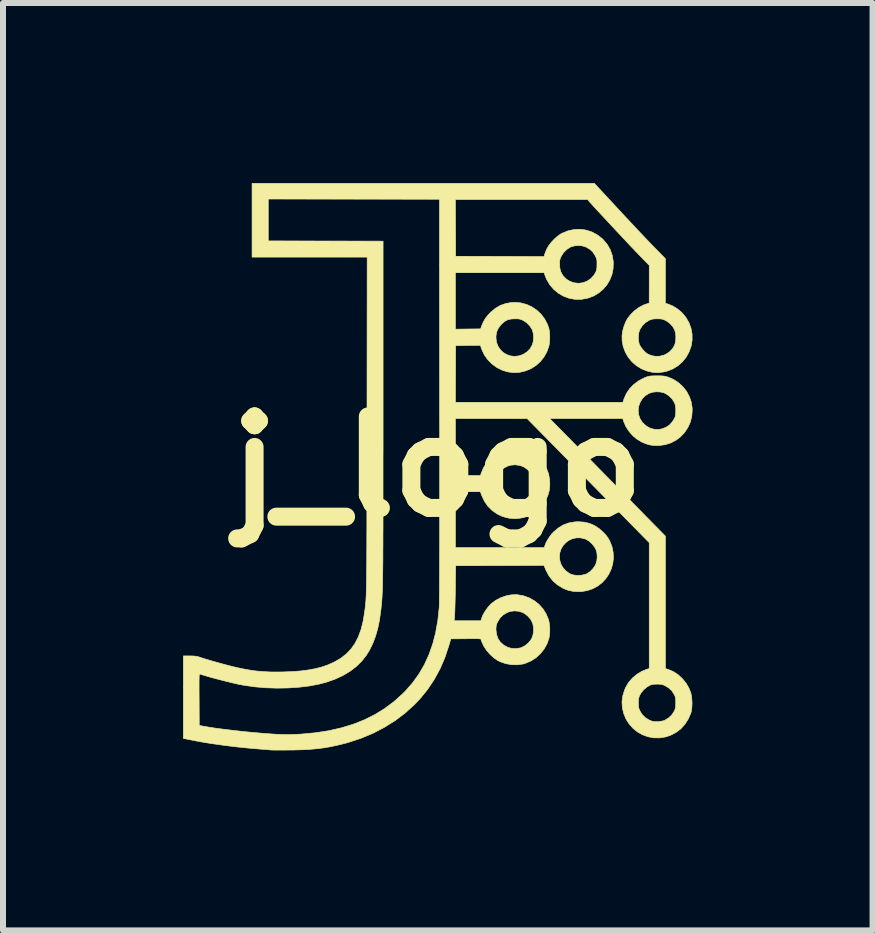
<source format=kicad_pcb>
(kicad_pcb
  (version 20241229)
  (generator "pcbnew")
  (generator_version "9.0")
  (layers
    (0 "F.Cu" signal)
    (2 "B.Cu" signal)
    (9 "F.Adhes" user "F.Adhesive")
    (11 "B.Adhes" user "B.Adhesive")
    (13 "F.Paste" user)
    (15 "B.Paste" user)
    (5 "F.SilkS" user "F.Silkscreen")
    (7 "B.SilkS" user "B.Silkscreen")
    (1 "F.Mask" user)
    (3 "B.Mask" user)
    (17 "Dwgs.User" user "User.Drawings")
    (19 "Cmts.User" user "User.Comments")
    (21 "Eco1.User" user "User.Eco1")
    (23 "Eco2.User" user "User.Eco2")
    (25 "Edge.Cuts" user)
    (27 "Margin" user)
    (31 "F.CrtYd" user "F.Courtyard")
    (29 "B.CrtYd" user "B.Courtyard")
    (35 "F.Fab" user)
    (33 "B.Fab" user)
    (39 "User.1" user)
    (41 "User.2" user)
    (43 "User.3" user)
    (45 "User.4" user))
  (footprint "j_logo"
    (layer "F.Cu")
    (at 4.24 4.724)
    (property "Reference" "j_logo" (at 0 0 0) (layer "F.SilkS") (effects (font (size 1.524 1.524) (thickness 0.3))))
    (attr through_hole)
    (fp_poly (pts (xy 2.663 -4.665) (xy 2.679 -4.648) (xy 2.706 -4.619) (xy 2.743 -4.579) (xy 2.789 -4.53) (xy 2.841 -4.473) (xy 2.9 -4.41) (xy 2.963 -4.342) (xy 3.029 -4.27) (xy 3.062 -4.235) (xy 3.135 -4.156) (xy 3.211 -4.075) (xy 3.287 -3.994) (xy 3.362 -3.914) (xy 3.433 -3.84) (xy 3.497 -3.772) (xy 3.554 -3.712) (xy 3.6 -3.665) (xy 3.604 -3.661) (xy 3.797 -3.463) (xy 3.797 -2.721) (xy 3.837 -2.709) (xy 3.913 -2.679) (xy 3.989 -2.634) (xy 4.059 -2.577) (xy 4.074 -2.563) (xy 4.139 -2.485) (xy 4.189 -2.398) (xy 4.224 -2.304) (xy 4.242 -2.205) (xy 4.242 -2.105) (xy 4.226 -2.008) (xy 4.192 -1.911) (xy 4.143 -1.822) (xy 4.08 -1.745) (xy 4.005 -1.679) (xy 3.92 -1.627) (xy 3.826 -1.59) (xy 3.772 -1.577) (xy 3.676 -1.565) (xy 3.584 -1.57) (xy 3.494 -1.591) (xy 3.401 -1.628) (xy 3.397 -1.63) (xy 3.313 -1.682) (xy 3.239 -1.747) (xy 3.177 -1.823) (xy 3.128 -1.909) (xy 3.094 -2.001) (xy 3.076 -2.097) (xy 3.075 -2.166) (xy 3.346 -2.166) (xy 3.348 -2.103) (xy 3.36 -2.046) (xy 3.367 -2.027) (xy 3.394 -1.982) (xy 3.431 -1.936) (xy 3.472 -1.897) (xy 3.498 -1.878) (xy 3.561 -1.85) (xy 3.631 -1.837) (xy 3.704 -1.839) (xy 3.775 -1.858) (xy 3.802 -1.87) (xy 3.865 -1.91) (xy 3.915 -1.963) (xy 3.948 -2.018) (xy 3.962 -2.061) (xy 3.97 -2.115) (xy 3.971 -2.173) (xy 3.965 -2.229) (xy 3.952 -2.275) (xy 3.95 -2.282) (xy 3.914 -2.34) (xy 3.864 -2.392) (xy 3.806 -2.432) (xy 3.8 -2.434) (xy 3.771 -2.448) (xy 3.746 -2.456) (xy 3.717 -2.46) (xy 3.679 -2.462) (xy 3.662 -2.462) (xy 3.618 -2.461) (xy 3.585 -2.457) (xy 3.557 -2.45) (xy 3.528 -2.438) (xy 3.526 -2.437) (xy 3.465 -2.399) (xy 3.412 -2.347) (xy 3.373 -2.285) (xy 3.37 -2.28) (xy 3.353 -2.227) (xy 3.346 -2.166) (xy 3.075 -2.166) (xy 3.075 -2.185) (xy 3.086 -2.262) (xy 3.108 -2.341) (xy 3.138 -2.416) (xy 3.167 -2.468) (xy 3.221 -2.536) (xy 3.284 -2.598) (xy 3.354 -2.65) (xy 3.427 -2.689) (xy 3.474 -2.707) (xy 3.527 -2.722) (xy 3.528 -3.038) (xy 3.528 -3.353) (xy 3.381 -3.503) (xy 3.351 -3.535) (xy 3.311 -3.576) (xy 3.264 -3.626) (xy 3.21 -3.682) (xy 3.151 -3.745) (xy 3.088 -3.812) (xy 3.023 -3.882) (xy 2.956 -3.953) (xy 2.89 -4.024) (xy 2.825 -4.094) (xy 2.763 -4.161) (xy 2.705 -4.223) (xy 2.652 -4.28) (xy 2.606 -4.33) (xy 2.569 -4.371) (xy 2.541 -4.402) (xy 2.523 -4.422) (xy 2.519 -4.427) (xy 2.502 -4.449) (xy 0.298 -4.449) (xy 0.3 -3.977) (xy 0.302 -3.504) (xy 1.039 -3.502) (xy 1.775 -3.499) (xy 1.787 -3.539) (xy 1.797 -3.568) (xy 1.812 -3.606) (xy 1.828 -3.639) (xy 1.857 -3.687) (xy 1.898 -3.739) (xy 1.947 -3.791) (xy 1.999 -3.837) (xy 2.05 -3.874) (xy 2.076 -3.888) (xy 2.174 -3.928) (xy 2.274 -3.949) (xy 2.374 -3.954) (xy 2.473 -3.941) (xy 2.567 -3.911) (xy 2.656 -3.865) (xy 2.738 -3.803) (xy 2.759 -3.783) (xy 2.827 -3.703) (xy 2.877 -3.616) (xy 2.911 -3.521) (xy 2.928 -3.418) (xy 2.929 -3.401) (xy 2.926 -3.298) (xy 2.907 -3.201) (xy 2.871 -3.11) (xy 2.822 -3.027) (xy 2.759 -2.954) (xy 2.685 -2.892) (xy 2.601 -2.842) (xy 2.508 -2.807) (xy 2.408 -2.788) (xy 2.387 -2.786) (xy 2.285 -2.787) (xy 2.188 -2.806) (xy 2.095 -2.841) (xy 2.01 -2.891) (xy 1.935 -2.954) (xy 1.871 -3.029) (xy 1.82 -3.115) (xy 1.8 -3.162) (xy 1.775 -3.23) (xy 0.298 -3.23) (xy 0.298 -2.289) (xy 0.508 -2.292) (xy 0.718 -2.294) (xy 0.735 -2.343) (xy 0.763 -2.409) (xy 0.798 -2.469) (xy 0.843 -2.526) (xy 0.88 -2.564) (xy 0.959 -2.633) (xy 1.045 -2.684) (xy 1.138 -2.717) (xy 1.237 -2.734) (xy 1.289 -2.736) (xy 1.389 -2.727) (xy 1.485 -2.701) (xy 1.574 -2.66) (xy 1.656 -2.604) (xy 1.727 -2.537) (xy 1.786 -2.458) (xy 1.832 -2.37) (xy 1.857 -2.295) (xy 1.866 -2.242) (xy 1.87 -2.178) (xy 1.869 -2.112) (xy 1.864 -2.05) (xy 1.856 -2.007) (xy 1.822 -1.911) (xy 1.773 -1.824) (xy 1.711 -1.747) (xy 1.639 -1.683) (xy 1.557 -1.631) (xy 1.467 -1.594) (xy 1.372 -1.571) (xy 1.273 -1.565) (xy 1.172 -1.577) (xy 1.168 -1.578) (xy 1.074 -1.607) (xy 0.986 -1.652) (xy 0.906 -1.711) (xy 0.836 -1.782) (xy 0.779 -1.863) (xy 0.737 -1.953) (xy 0.731 -1.971) (xy 0.715 -2.02) (xy 0.509 -2.018) (xy 0.302 -2.015) (xy 0.3 -1.543) (xy 0.298 -1.07) (xy 3.089 -1.07) (xy 3.108 -1.13) (xy 3.147 -1.217) (xy 3.202 -1.298) (xy 3.271 -1.369) (xy 3.352 -1.429) (xy 3.445 -1.478) (xy 3.469 -1.488) (xy 3.498 -1.498) (xy 3.525 -1.505) (xy 3.553 -1.509) (xy 3.59 -1.511) (xy 3.638 -1.512) (xy 3.653 -1.512) (xy 3.707 -1.512) (xy 3.748 -1.51) (xy 3.781 -1.506) (xy 3.812 -1.499) (xy 3.843 -1.49) (xy 3.931 -1.452) (xy 4.013 -1.399) (xy 4.086 -1.333) (xy 4.146 -1.258) (xy 4.153 -1.247) (xy 4.199 -1.16) (xy 4.229 -1.071) (xy 4.243 -0.978) (xy 4.244 -0.935) (xy 4.236 -0.833) (xy 4.211 -0.737) (xy 4.17 -0.648) (xy 4.117 -0.568) (xy 4.051 -0.498) (xy 3.975 -0.44) (xy 3.889 -0.395) (xy 3.796 -0.365) (xy 3.696 -0.351) (xy 3.667 -0.35) (xy 3.597 -0.352) (xy 3.537 -0.361) (xy 3.478 -0.378) (xy 3.414 -0.404) (xy 3.398 -0.412) (xy 3.321 -0.458) (xy 3.25 -0.518) (xy 3.188 -0.59) (xy 3.137 -0.669) (xy 3.102 -0.751) (xy 3.099 -0.761) (xy 3.087 -0.8) (xy 1.869 -0.8) (xy 2.291 -0.371) (xy 2.369 -0.292) (xy 2.459 -0.201) (xy 2.557 -0.102) (xy 2.661 0.004) (xy 2.769 0.114) (xy 2.878 0.225) (xy 2.988 0.336) (xy 3.094 0.444) (xy 3.195 0.547) (xy 3.255 0.608) (xy 3.797 1.159) (xy 3.797 2.262) (xy 3.797 3.366) (xy 3.846 3.381) (xy 3.931 3.417) (xy 4.01 3.469) (xy 4.081 3.535) (xy 4.143 3.611) (xy 4.191 3.695) (xy 4.219 3.765) (xy 4.231 3.818) (xy 4.238 3.881) (xy 4.241 3.948) (xy 4.238 4.013) (xy 4.231 4.071) (xy 4.222 4.105) (xy 4.179 4.205) (xy 4.122 4.294) (xy 4.054 4.37) (xy 3.973 4.431) (xy 3.882 4.478) (xy 3.801 4.505) (xy 3.702 4.521) (xy 3.603 4.52) (xy 3.507 4.502) (xy 3.416 4.469) (xy 3.332 4.422) (xy 3.257 4.361) (xy 3.192 4.288) (xy 3.139 4.204) (xy 3.105 4.121) (xy 3.08 4.021) (xy 3.075 3.937) (xy 3.347 3.937) (xy 3.348 3.981) (xy 3.352 4.014) (xy 3.36 4.044) (xy 3.37 4.067) (xy 3.411 4.133) (xy 3.465 4.186) (xy 3.532 4.226) (xy 3.569 4.241) (xy 3.614 4.25) (xy 3.667 4.251) (xy 3.722 4.245) (xy 3.772 4.234) (xy 3.79 4.226) (xy 3.854 4.186) (xy 3.907 4.134) (xy 3.942 4.08) (xy 3.955 4.052) (xy 3.963 4.028) (xy 3.968 4.001) (xy 3.969 3.965) (xy 3.969 3.937) (xy 3.969 3.891) (xy 3.965 3.858) (xy 3.959 3.832) (xy 3.949 3.807) (xy 3.948 3.805) (xy 3.908 3.741) (xy 3.856 3.691) (xy 3.8 3.656) (xy 3.766 3.64) (xy 3.738 3.631) (xy 3.709 3.627) (xy 3.67 3.625) (xy 3.658 3.625) (xy 3.611 3.627) (xy 3.575 3.632) (xy 3.545 3.641) (xy 3.535 3.646) (xy 3.484 3.677) (xy 3.434 3.72) (xy 3.393 3.77) (xy 3.372 3.806) (xy 3.359 3.836) (xy 3.351 3.865) (xy 3.347 3.898) (xy 3.347 3.937) (xy 3.075 3.937) (xy 3.074 3.923) (xy 3.086 3.824) (xy 3.116 3.726) (xy 3.137 3.677) (xy 3.185 3.596) (xy 3.249 3.523) (xy 3.323 3.461) (xy 3.406 3.411) (xy 3.488 3.378) (xy 3.528 3.366) (xy 3.528 1.268) (xy 2.511 0.234) (xy 1.494 -0.799) (xy 0.298 -0.8) (xy 0.298 0.149) (xy 0.715 0.149) (xy 0.727 0.114) (xy 0.767 0.018) (xy 0.823 -0.069) (xy 0.892 -0.144) (xy 0.974 -0.207) (xy 1.038 -0.242) (xy 1.103 -0.27) (xy 1.163 -0.287) (xy 1.227 -0.296) (xy 1.289 -0.298) (xy 1.36 -0.295) (xy 1.421 -0.286) (xy 1.48 -0.268) (xy 1.545 -0.24) (xy 1.588 -0.218) (xy 1.624 -0.194) (xy 1.66 -0.165) (xy 1.699 -0.127) (xy 1.768 -0.047) (xy 1.818 0.036) (xy 1.852 0.126) (xy 1.868 0.223) (xy 1.871 0.281) (xy 1.868 0.352) (xy 1.859 0.412) (xy 1.843 0.47) (xy 1.816 0.531) (xy 1.815 0.535) (xy 1.761 0.626) (xy 1.695 0.704) (xy 1.618 0.768) (xy 1.531 0.817) (xy 1.436 0.85) (xy 1.335 0.866) (xy 1.289 0.868) (xy 1.185 0.859) (xy 1.086 0.833) (xy 0.996 0.791) (xy 0.914 0.735) (xy 0.843 0.665) (xy 0.784 0.582) (xy 0.739 0.487) (xy 0.735 0.477) (xy 0.714 0.419) (xy 0.298 0.419) (xy 0.298 1.35) (xy 1.779 1.35) (xy 1.785 1.329) (xy 1.803 1.28) (xy 1.831 1.226) (xy 1.867 1.17) (xy 1.908 1.118) (xy 1.93 1.094) (xy 2.01 1.025) (xy 2.095 0.973) (xy 2.187 0.939) (xy 2.287 0.922) (xy 2.341 0.919) (xy 2.442 0.926) (xy 2.534 0.947) (xy 2.617 0.983) (xy 2.696 1.036) (xy 2.76 1.093) (xy 2.805 1.141) (xy 2.838 1.185) (xy 2.864 1.229) (xy 2.869 1.238) (xy 2.907 1.334) (xy 2.927 1.43) (xy 2.931 1.526) (xy 2.92 1.619) (xy 2.894 1.708) (xy 2.855 1.792) (xy 2.804 1.868) (xy 2.742 1.935) (xy 2.668 1.992) (xy 2.586 2.036) (xy 2.495 2.067) (xy 2.396 2.083) (xy 2.35 2.085) (xy 2.259 2.079) (xy 2.177 2.062) (xy 2.098 2.031) (xy 2.087 2.025) (xy 1.997 1.97) (xy 1.92 1.902) (xy 1.857 1.821) (xy 1.807 1.728) (xy 1.804 1.719) (xy 1.774 1.647) (xy 1.038 1.65) (xy 0.302 1.652) (xy 0.297 2.048) (xy 0.296 2.134) (xy 0.294 2.218) (xy 0.292 2.295) (xy 0.29 2.364) (xy 0.288 2.422) (xy 0.286 2.468) (xy 0.285 2.498) (xy 0.284 2.506) (xy 0.277 2.569) (xy 0.723 2.569) (xy 0.738 2.519) (xy 0.76 2.467) (xy 0.793 2.411) (xy 0.833 2.354) (xy 0.876 2.304) (xy 0.898 2.283) (xy 0.97 2.229) (xy 1.052 2.186) (xy 1.14 2.155) (xy 1.23 2.137) (xy 1.316 2.134) (xy 1.327 2.135) (xy 1.429 2.152) (xy 1.525 2.186) (xy 1.613 2.235) (xy 1.691 2.297) (xy 1.757 2.371) (xy 1.81 2.456) (xy 1.849 2.55) (xy 1.856 2.576) (xy 1.865 2.628) (xy 1.87 2.69) (xy 1.87 2.756) (xy 1.865 2.818) (xy 1.857 2.862) (xy 1.824 2.955) (xy 1.775 3.042) (xy 1.713 3.119) (xy 1.64 3.186) (xy 1.557 3.239) (xy 1.466 3.278) (xy 1.424 3.29) (xy 1.331 3.303) (xy 1.233 3.301) (xy 1.137 3.284) (xy 1.047 3.253) (xy 1.006 3.233) (xy 0.94 3.188) (xy 0.876 3.13) (xy 0.818 3.064) (xy 0.773 2.995) (xy 0.765 2.98) (xy 0.748 2.943) (xy 0.734 2.912) (xy 0.727 2.89) (xy 0.726 2.884) (xy 0.725 2.879) (xy 0.722 2.875) (xy 0.713 2.872) (xy 0.698 2.87) (xy 0.673 2.868) (xy 0.638 2.868) (xy 0.589 2.868) (xy 0.525 2.868) (xy 0.474 2.869) (xy 0.222 2.871) (xy 0.19 2.98) (xy 0.124 3.18) (xy 0.043 3.368) (xy -0.053 3.545) (xy -0.163 3.711) (xy -0.288 3.865) (xy -0.384 3.966) (xy -0.538 4.106) (xy -0.706 4.233) (xy -0.885 4.345) (xy -1.075 4.444) (xy -1.276 4.528) (xy -1.486 4.597) (xy -1.557 4.616) (xy -1.676 4.645) (xy -1.789 4.669) (xy -1.9 4.688) (xy -2.013 4.702) (xy -2.131 4.712) (xy -2.259 4.719) (xy -2.4 4.723) (xy -2.448 4.723) (xy -2.521 4.724) (xy -2.589 4.724) (xy -2.65 4.724) (xy -2.702 4.724) (xy -2.741 4.724) (xy -2.765 4.723) (xy -2.769 4.723) (xy -2.792 4.721) (xy -2.829 4.718) (xy -2.875 4.714) (xy -2.926 4.71) (xy -2.941 4.709) (xy -3.064 4.699) (xy -3.194 4.687) (xy -3.328 4.673) (xy -3.463 4.657) (xy -3.596 4.64) (xy -3.723 4.622) (xy -3.841 4.604) (xy -3.948 4.586) (xy -4.038 4.569) (xy -4.039 4.569) (xy -4.09 4.559) (xy -4.136 4.549) (xy -4.174 4.542) (xy -4.199 4.537) (xy -4.205 4.536) (xy -4.235 4.53) (xy -4.235 3.62) (xy -3.973 3.62) (xy -3.973 3.686) (xy -3.973 3.768) (xy -3.972 3.866) (xy -3.972 3.882) (xy -3.97 4.314) (xy -3.909 4.325) (xy -3.816 4.341) (xy -3.707 4.358) (xy -3.585 4.374) (xy -3.454 4.39) (xy -3.316 4.406) (xy -3.175 4.421) (xy -3.034 4.434) (xy -2.895 4.446) (xy -2.761 4.456) (xy -2.676 4.461) (xy -2.572 4.465) (xy -2.457 4.465) (xy -2.337 4.461) (xy -2.276 4.458) (xy -2.039 4.436) (xy -1.815 4.402) (xy -1.604 4.354) (xy -1.406 4.294) (xy -1.219 4.22) (xy -1.043 4.132) (xy -0.879 4.031) (xy -0.725 3.916) (xy -0.581 3.786) (xy -0.534 3.739) (xy -0.414 3.602) (xy -0.31 3.457) (xy -0.219 3.301) (xy -0.143 3.135) (xy -0.08 2.957) (xy -0.031 2.768) (xy -0.022 2.716) (xy 0.974 2.716) (xy 0.983 2.796) (xy 1.007 2.866) (xy 1.047 2.925) (xy 1.102 2.974) (xy 1.171 3.012) (xy 1.171 3.012) (xy 1.239 3.031) (xy 1.312 3.033) (xy 1.384 3.021) (xy 1.402 3.014) (xy 1.458 2.985) (xy 1.51 2.943) (xy 1.553 2.892) (xy 1.571 2.862) (xy 1.59 2.808) (xy 1.6 2.746) (xy 1.599 2.681) (xy 1.588 2.62) (xy 1.583 2.604) (xy 1.552 2.546) (xy 1.506 2.493) (xy 1.451 2.449) (xy 1.419 2.432) (xy 1.354 2.411) (xy 1.283 2.405) (xy 1.214 2.413) (xy 1.162 2.431) (xy 1.095 2.471) (xy 1.042 2.523) (xy 1.004 2.585) (xy 0.987 2.62) (xy 0.979 2.65) (xy 0.975 2.683) (xy 0.974 2.716) (xy -0.022 2.716) (xy 0.005 2.567) (xy 0.028 2.353) (xy 0.028 2.35) (xy 0.029 2.329) (xy 0.03 2.295) (xy 0.031 2.247) (xy 0.031 2.184) (xy 0.032 2.108) (xy 0.033 2.017) (xy 0.033 1.911) (xy 0.034 1.791) (xy 0.034 1.655) (xy 0.035 1.508) (xy 2.031 1.508) (xy 2.041 1.578) (xy 2.061 1.635) (xy 2.094 1.689) (xy 2.139 1.738) (xy 2.191 1.777) (xy 2.227 1.796) (xy 2.28 1.809) (xy 2.34 1.814) (xy 2.402 1.81) (xy 2.459 1.797) (xy 2.49 1.785) (xy 2.54 1.752) (xy 2.586 1.706) (xy 2.623 1.656) (xy 2.636 1.63) (xy 2.654 1.571) (xy 2.661 1.505) (xy 2.656 1.439) (xy 2.643 1.391) (xy 2.617 1.34) (xy 2.578 1.29) (xy 2.531 1.247) (xy 2.481 1.215) (xy 2.457 1.205) (xy 2.383 1.188) (xy 2.313 1.188) (xy 2.246 1.203) (xy 2.186 1.231) (xy 2.134 1.271) (xy 2.09 1.32) (xy 2.057 1.377) (xy 2.037 1.44) (xy 2.031 1.508) (xy 0.035 1.508) (xy 0.035 1.503) (xy 0.035 1.336) (xy 0.036 1.152) (xy 0.036 0.952) (xy 0.036 0.736) (xy 0.036 0.502) (xy 0.036 0.264) (xy 0.974 0.264) (xy 0.977 0.333) (xy 0.995 0.401) (xy 1.028 0.463) (xy 1.06 0.502) (xy 1.099 0.538) (xy 1.137 0.563) (xy 1.182 0.582) (xy 1.212 0.591) (xy 1.273 0.6) (xy 1.34 0.596) (xy 1.397 0.581) (xy 1.461 0.549) (xy 1.517 0.503) (xy 1.561 0.444) (xy 1.588 0.389) (xy 1.598 0.344) (xy 1.602 0.291) (xy 1.599 0.237) (xy 1.591 0.19) (xy 1.586 0.176) (xy 1.55 0.106) (xy 1.501 0.05) (xy 1.442 0.008) (xy 1.373 -0.019) (xy 1.297 -0.029) (xy 1.29 -0.029) (xy 1.221 -0.023) (xy 1.161 -0.005) (xy 1.104 0.027) (xy 1.051 0.074) (xy 1.011 0.132) (xy 0.985 0.196) (xy 0.974 0.264) (xy 0.036 0.264) (xy 0.036 0.252) (xy 0.036 -0.016) (xy 0.036 -0.302) (xy 0.036 -0.605) (xy 0.035 -0.927) (xy 0.035 -0.938) (xy 3.344 -0.938) (xy 3.35 -0.869) (xy 3.372 -0.803) (xy 3.409 -0.742) (xy 3.422 -0.727) (xy 3.48 -0.675) (xy 3.545 -0.639) (xy 3.614 -0.62) (xy 3.687 -0.618) (xy 3.742 -0.629) (xy 3.81 -0.656) (xy 3.867 -0.694) (xy 3.913 -0.746) (xy 3.947 -0.8) (xy 3.958 -0.824) (xy 3.965 -0.847) (xy 3.968 -0.877) (xy 3.97 -0.918) (xy 3.97 -0.931) (xy 3.969 -0.975) (xy 3.966 -1.007) (xy 3.96 -1.033) (xy 3.95 -1.059) (xy 3.944 -1.072) (xy 3.907 -1.129) (xy 3.857 -1.178) (xy 3.799 -1.217) (xy 3.771 -1.229) (xy 3.712 -1.243) (xy 3.646 -1.246) (xy 3.58 -1.238) (xy 3.523 -1.219) (xy 3.461 -1.18) (xy 3.412 -1.129) (xy 3.376 -1.071) (xy 3.353 -1.006) (xy 3.344 -0.938) (xy 0.035 -0.938) (xy 0.035 -1.122) (xy 0.034 -2.145) (xy 0.974 -2.145) (xy 0.983 -2.071) (xy 1.008 -2.005) (xy 1.046 -1.948) (xy 1.094 -1.901) (xy 1.152 -1.866) (xy 1.216 -1.844) (xy 1.284 -1.836) (xy 1.355 -1.844) (xy 1.425 -1.868) (xy 1.428 -1.87) (xy 1.492 -1.911) (xy 1.543 -1.964) (xy 1.579 -2.028) (xy 1.583 -2.037) (xy 1.596 -2.089) (xy 1.6 -2.148) (xy 1.597 -2.208) (xy 1.585 -2.262) (xy 1.574 -2.288) (xy 1.536 -2.346) (xy 1.486 -2.396) (xy 1.429 -2.434) (xy 1.425 -2.436) (xy 1.396 -2.449) (xy 1.37 -2.457) (xy 1.34 -2.461) (xy 1.3 -2.462) (xy 1.289 -2.462) (xy 1.222 -2.458) (xy 1.168 -2.445) (xy 1.121 -2.42) (xy 1.076 -2.382) (xy 1.059 -2.365) (xy 1.014 -2.307) (xy 0.987 -2.248) (xy 0.975 -2.181) (xy 0.974 -2.145) (xy 0.034 -2.145) (xy 0.033 -3.37) (xy 2.034 -3.37) (xy 2.034 -3.369) (xy 2.039 -3.303) (xy 2.053 -3.248) (xy 2.08 -3.197) (xy 2.1 -3.169) (xy 2.152 -3.119) (xy 2.213 -3.083) (xy 2.28 -3.061) (xy 2.351 -3.054) (xy 2.423 -3.063) (xy 2.491 -3.089) (xy 2.493 -3.09) (xy 2.557 -3.133) (xy 2.607 -3.189) (xy 2.636 -3.238) (xy 2.646 -3.263) (xy 2.653 -3.289) (xy 2.656 -3.322) (xy 2.657 -3.367) (xy 2.657 -3.369) (xy 2.657 -3.412) (xy 2.655 -3.442) (xy 2.649 -3.466) (xy 2.639 -3.49) (xy 2.626 -3.516) (xy 2.588 -3.574) (xy 2.543 -3.617) (xy 2.485 -3.652) (xy 2.476 -3.657) (xy 2.417 -3.676) (xy 2.35 -3.683) (xy 2.283 -3.678) (xy 2.222 -3.66) (xy 2.215 -3.657) (xy 2.154 -3.618) (xy 2.1 -3.565) (xy 2.06 -3.502) (xy 2.06 -3.501) (xy 2.046 -3.471) (xy 2.038 -3.444) (xy 2.035 -3.412) (xy 2.034 -3.37) (xy 0.033 -3.37) (xy 0.033 -4.454) (xy -1.394 -4.456) (xy -2.82 -4.458) (xy -2.82 -3.76) (xy -1.864 -3.758) (xy -0.907 -3.756) (xy -0.907 -0.889) (xy -0.907 -0.611) (xy -0.907 -0.351) (xy -0.908 -0.108) (xy -0.908 0.118) (xy -0.908 0.328) (xy -0.908 0.523) (xy -0.908 0.703) (xy -0.908 0.869) (xy -0.908 1.022) (xy -0.909 1.163) (xy -0.909 1.291) (xy -0.91 1.409) (xy -0.91 1.516) (xy -0.911 1.613) (xy -0.912 1.7) (xy -0.913 1.779) (xy -0.914 1.851) (xy -0.915 1.915) (xy -0.916 1.972) (xy -0.917 2.024) (xy -0.919 2.071) (xy -0.921 2.113) (xy -0.923 2.151) (xy -0.925 2.186) (xy -0.927 2.218) (xy -0.93 2.249) (xy -0.932 2.278) (xy -0.935 2.307) (xy -0.938 2.336) (xy -0.941 2.366) (xy -0.945 2.398) (xy -0.945 2.401) (xy -0.967 2.558) (xy -0.996 2.7) (xy -1.033 2.828) (xy -1.078 2.947) (xy -1.132 3.057) (xy -1.187 3.146) (xy -1.262 3.242) (xy -1.353 3.331) (xy -1.458 3.411) (xy -1.577 3.482) (xy -1.709 3.543) (xy -1.852 3.593) (xy -1.973 3.625) (xy -2.134 3.656) (xy -2.308 3.677) (xy -2.49 3.689) (xy -2.676 3.692) (xy -2.863 3.686) (xy -3.047 3.67) (xy -3.223 3.645) (xy -3.262 3.638) (xy -3.309 3.629) (xy -3.367 3.616) (xy -3.435 3.6) (xy -3.509 3.582) (xy -3.587 3.562) (xy -3.665 3.542) (xy -3.74 3.522) (xy -3.809 3.503) (xy -3.87 3.485) (xy -3.919 3.471) (xy -3.953 3.459) (xy -3.958 3.457) (xy -3.962 3.457) (xy -3.965 3.459) (xy -3.968 3.466) (xy -3.97 3.478) (xy -3.971 3.499) (xy -3.972 3.528) (xy -3.973 3.568) (xy -3.973 3.62) (xy -4.235 3.62) (xy -4.235 3.155) (xy -4.129 3.155) (xy -4.078 3.156) (xy -4.038 3.159) (xy -4.005 3.164) (xy -3.971 3.173) (xy -3.955 3.179) (xy -3.903 3.196) (xy -3.837 3.216) (xy -3.76 3.239) (xy -3.677 3.262) (xy -3.592 3.286) (xy -3.509 3.308) (xy -3.432 3.328) (xy -3.416 3.332) (xy -3.277 3.364) (xy -3.149 3.388) (xy -3.024 3.406) (xy -2.899 3.417) (xy -2.769 3.423) (xy -2.627 3.423) (xy -2.57 3.422) (xy -2.413 3.416) (xy -2.272 3.405) (xy -2.145 3.388) (xy -2.029 3.366) (xy -1.922 3.338) (xy -1.822 3.303) (xy -1.727 3.26) (xy -1.717 3.255) (xy -1.612 3.195) (xy -1.521 3.123) (xy -1.441 3.04) (xy -1.374 2.945) (xy -1.319 2.837) (xy -1.274 2.715) (xy -1.24 2.579) (xy -1.224 2.484) (xy -1.22 2.455) (xy -1.216 2.427) (xy -1.212 2.402) (xy -1.208 2.377) (xy -1.205 2.352) (xy -1.202 2.326) (xy -1.199 2.3) (xy -1.197 2.272) (xy -1.194 2.241) (xy -1.192 2.207) (xy -1.19 2.169) (xy -1.188 2.127) (xy -1.187 2.079) (xy -1.185 2.026) (xy -1.184 1.966) (xy -1.183 1.898) (xy -1.182 1.823) (xy -1.181 1.74) (xy -1.18 1.647) (xy -1.179 1.544) (xy -1.179 1.43) (xy -1.178 1.306) (xy -1.178 1.169) (xy -1.177 1.02) (xy -1.177 0.858) (xy -1.177 0.681) (xy -1.177 0.49) (xy -1.176 0.284) (xy -1.176 0.062) (xy -1.176 -0.177) (xy -1.176 -0.433) (xy -1.175 -0.696) (xy -1.172 -3.49) (xy -3.09 -3.49) (xy -3.09 -4.719) (xy 2.613 -4.719) (xy 2.663 -4.665)) (stroke (width 0.01) (type solid)) (fill yes) (layer "F.SilkS")))
  (gr_rect
    (start -3 -3)
    (end 11.489 12.453)
    (stroke (width 0.1) (type default))
    (fill no)
    (layer "Edge.Cuts")))
</source>
